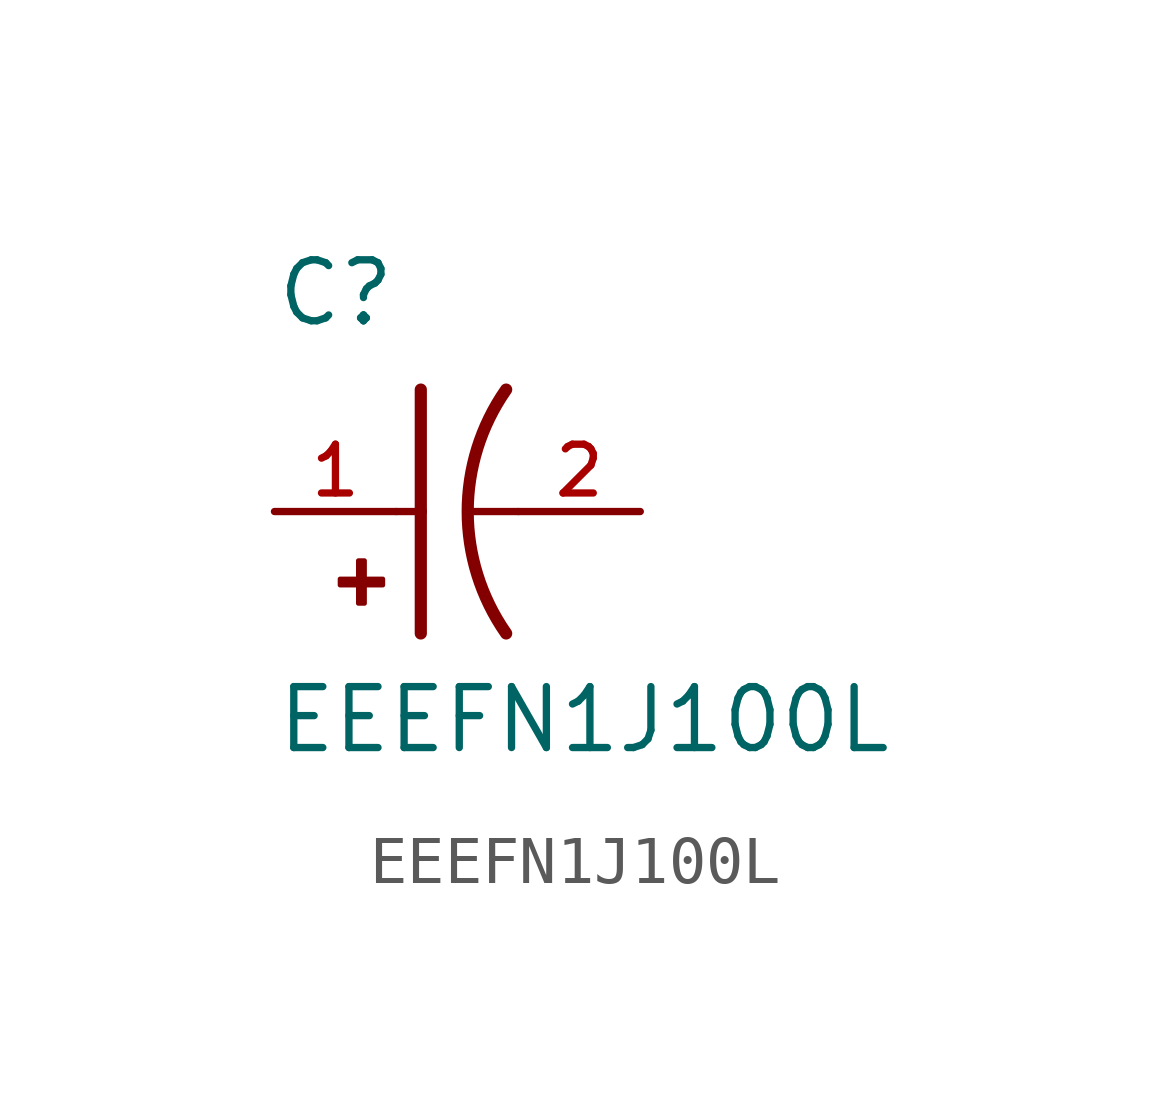
<source format=kicad_sym>
(kicad_symbol_lib
  (version 20211014)
  (generator kicad_symbol_editor)
  (symbol "EEEFN1J100L"
    (pin_names
      (offset 1.016))
    (property "Reference" "C"
      (at -2.54 3.81 0)
      (effects (font (size 1.27 1.27)) (justify bottom left)))
    (property "Value" "EEEFN1J100L"
      (at -2.54 -5.08 0)
      (effects (font (size 1.27 1.27)) (justify bottom left)))
    (symbol "EEEFN1J100L_0_0"
      (arc (start 2.286 -2.54) (mid 1.4851 -0.0) (end 2.286 2.54) (stroke (width 0.254) (type default) (color 0 0 0 0)) (fill (type none)))
      (polyline (pts (xy 0.508 2.54) (xy 0.508 0.0)) (stroke (width 0.254)))
      (rectangle (start -1.173 -1.532) (end -0.284 -1.405) (stroke (width 0.1)) (fill (type outline)))
      (rectangle (start -0.792 -1.913) (end -0.665 -1.024) (stroke (width 0.1)) (fill (type outline)))
      (polyline (pts (xy 0.508 0.0) (xy 0.508 -2.54)) (stroke (width 0.254)))
      (polyline (pts (xy 0.0 0.0) (xy 0.508 0.0)) (stroke (width 0.152)))
      (polyline (pts (xy 2.54 0.0) (xy 1.524 0.0)) (stroke (width 0.152)))
      (pin passive line (at -2.54 0.0 0) (length 2.54) (name "~" (effects (font (size 1.016 1.016)))) (number "1" (effects (font (size 1.016 1.016)))))
      (pin passive line (at 5.08 0.0 180.0) (length 2.54) (name "~" (effects (font (size 1.016 1.016)))) (number "2" (effects (font (size 1.016 1.016))))))))
</source>
